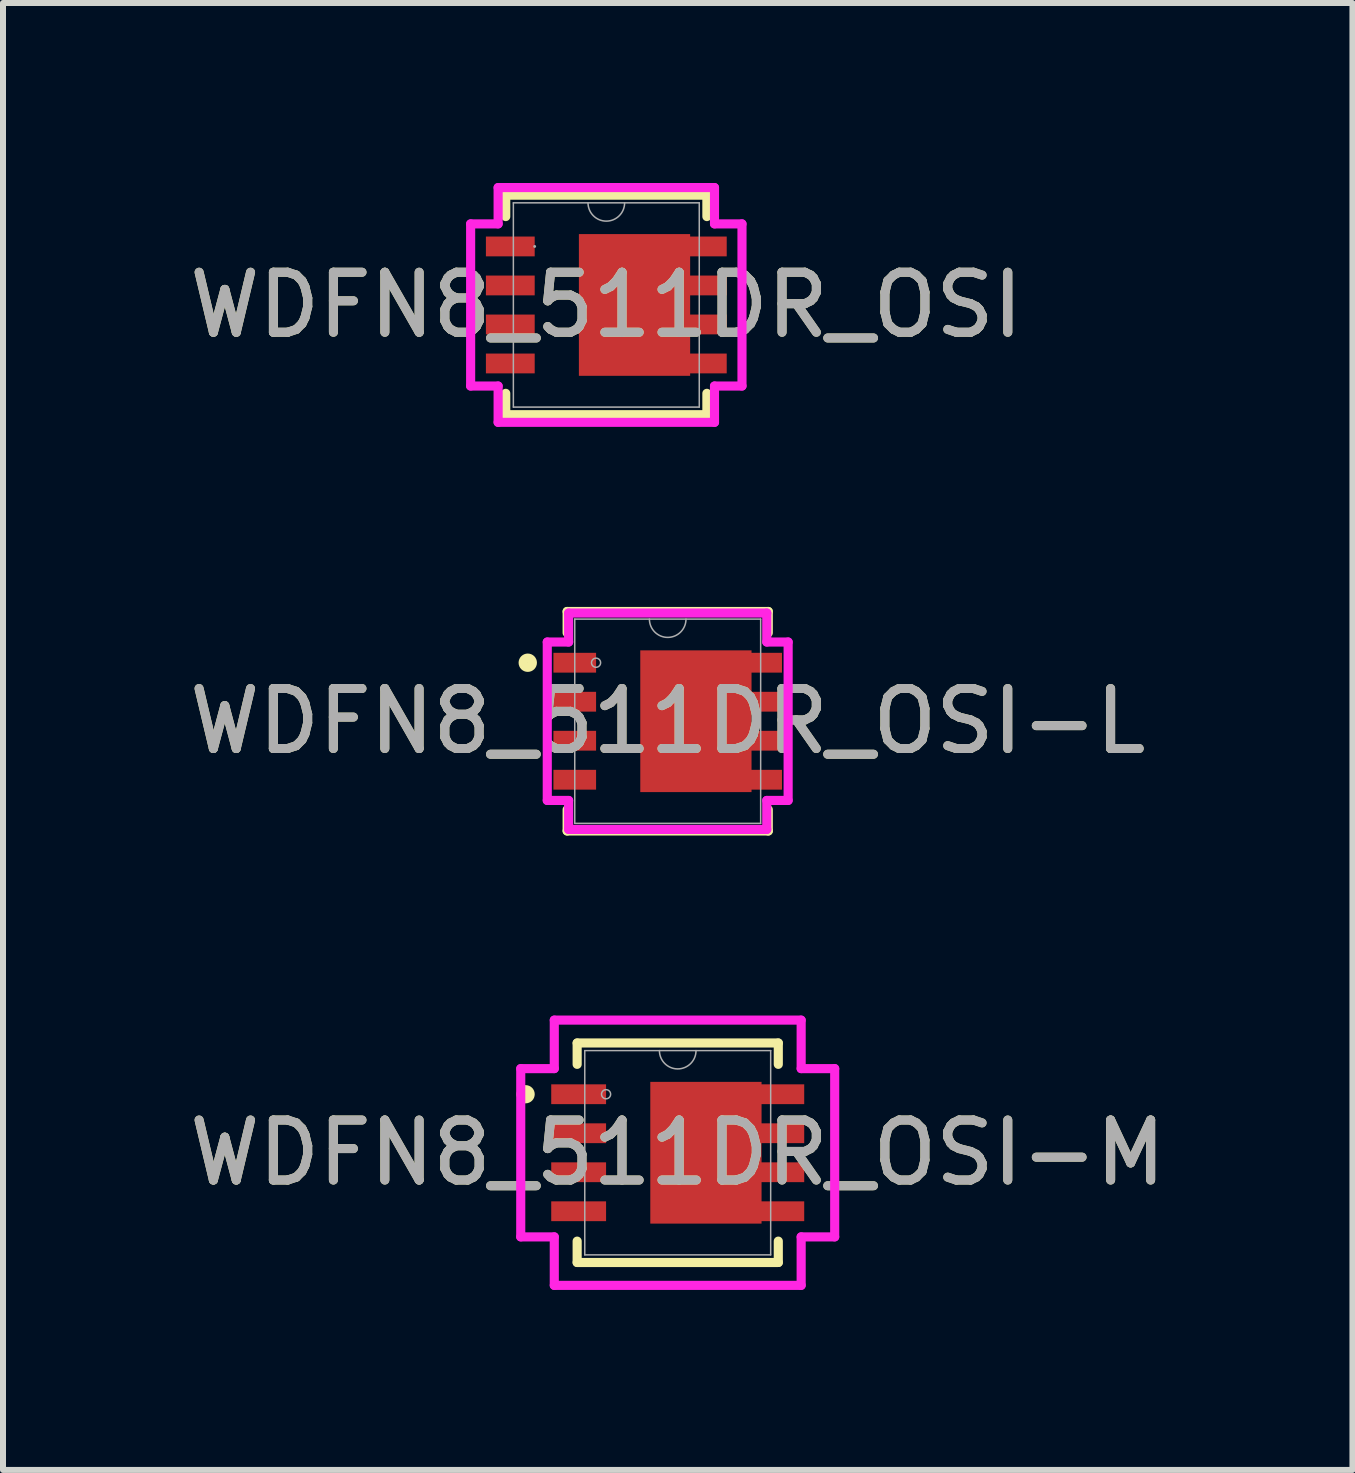
<source format=kicad_pcb>
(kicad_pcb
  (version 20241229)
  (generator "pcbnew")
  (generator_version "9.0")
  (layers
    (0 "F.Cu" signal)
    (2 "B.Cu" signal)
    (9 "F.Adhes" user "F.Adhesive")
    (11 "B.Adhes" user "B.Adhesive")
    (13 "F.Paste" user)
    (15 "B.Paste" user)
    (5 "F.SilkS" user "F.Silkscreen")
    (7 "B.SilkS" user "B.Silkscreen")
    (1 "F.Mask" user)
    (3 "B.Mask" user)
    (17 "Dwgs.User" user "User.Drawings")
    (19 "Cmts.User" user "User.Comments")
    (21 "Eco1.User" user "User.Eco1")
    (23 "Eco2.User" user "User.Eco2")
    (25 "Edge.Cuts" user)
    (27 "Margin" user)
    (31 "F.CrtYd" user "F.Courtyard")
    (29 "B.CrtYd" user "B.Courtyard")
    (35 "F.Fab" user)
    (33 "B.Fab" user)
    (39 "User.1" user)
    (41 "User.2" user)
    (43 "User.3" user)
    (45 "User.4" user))
  (footprint "WDFN8_511DR_OSI-L"
    (layer "F.Cu")
    (at 8.077 8.969)
    (property "Reference" "WDFN8_511DR_OSI-L" (at 0 0 0) (unlocked yes) (layer "F.SilkS") (effects (font (size 1 1) (thickness 0.15))))
    (attr smd)
    (fp_poly (pts (xy 1.397 -1.181) (xy -0.457 -1.181) (xy -0.457 1.181) (xy 1.397 1.181)) (stroke (width 0) (type solid)) (fill yes) (layer "F.Cu"))
    (fp_poly (pts (xy 1.397 -1.181) (xy -0.457 -1.181) (xy -0.457 1.181) (xy 1.397 1.181)) (stroke (width 0) (type solid)) (fill yes) (layer "F.Mask"))
    (fp_line (start -1.676 -1.829) (end -1.676 -1.473) (stroke (width 0.152) (type solid)) (layer "F.SilkS"))
    (fp_line (start -1.676 1.473) (end -1.676 1.829) (stroke (width 0.152) (type solid)) (layer "F.SilkS"))
    (fp_line (start -1.676 1.829) (end 1.676 1.829) (stroke (width 0.152) (type solid)) (layer "F.SilkS"))
    (fp_line (start 1.676 -1.829) (end -1.676 -1.829) (stroke (width 0.152) (type solid)) (layer "F.SilkS"))
    (fp_line (start 1.676 -1.473) (end 1.676 -1.829) (stroke (width 0.152) (type solid)) (layer "F.SilkS"))
    (fp_line (start 1.676 1.829) (end 1.676 1.473) (stroke (width 0.152) (type solid)) (layer "F.SilkS"))
    (fp_circle (center -2.332 -0.975) (end -2.255 -0.975) (stroke (width 0.152) (type solid)) (fill no) (layer "F.SilkS"))
    (fp_poly (pts (xy 1.397 -1.181) (xy -0.457 -1.181) (xy -0.457 1.181) (xy 1.397 1.181)) (stroke (width 0) (type solid)) (fill yes) (layer "F.Paste"))
    (fp_line (start -2.007 -1.32) (end -1.651 -1.32) (stroke (width 0.152) (type solid)) (layer "F.CrtYd"))
    (fp_line (start -2.007 1.32) (end -2.007 -1.32) (stroke (width 0.152) (type solid)) (layer "F.CrtYd"))
    (fp_line (start -2.007 1.32) (end -1.651 1.32) (stroke (width 0.152) (type solid)) (layer "F.CrtYd"))
    (fp_line (start -1.651 -1.803) (end 1.651 -1.803) (stroke (width 0.152) (type solid)) (layer "F.CrtYd"))
    (fp_line (start -1.651 -1.32) (end -1.651 -1.803) (stroke (width 0.152) (type solid)) (layer "F.CrtYd"))
    (fp_line (start -1.651 1.803) (end -1.651 1.32) (stroke (width 0.152) (type solid)) (layer "F.CrtYd"))
    (fp_line (start 1.651 -1.803) (end 1.651 -1.32) (stroke (width 0.152) (type solid)) (layer "F.CrtYd"))
    (fp_line (start 1.651 1.32) (end 1.651 1.803) (stroke (width 0.152) (type solid)) (layer "F.CrtYd"))
    (fp_line (start 1.651 1.803) (end -1.651 1.803) (stroke (width 0.152) (type solid)) (layer "F.CrtYd"))
    (fp_line (start 2.007 -1.32) (end 1.651 -1.32) (stroke (width 0.152) (type solid)) (layer "F.CrtYd"))
    (fp_line (start 2.007 -1.32) (end 2.007 1.32) (stroke (width 0.152) (type solid)) (layer "F.CrtYd"))
    (fp_line (start 2.007 1.32) (end 1.651 1.32) (stroke (width 0.152) (type solid)) (layer "F.CrtYd"))
    (fp_line (start -1.549 -1.702) (end -1.549 1.702) (stroke (width 0.025) (type solid)) (layer "F.Fab"))
    (fp_line (start -1.549 1.702) (end 1.549 1.702) (stroke (width 0.025) (type solid)) (layer "F.Fab"))
    (fp_line (start 1.549 -1.702) (end -1.549 -1.702) (stroke (width 0.025) (type solid)) (layer "F.Fab"))
    (fp_line (start 1.549 1.702) (end 1.549 -1.702) (stroke (width 0.025) (type solid)) (layer "F.Fab"))
    (fp_arc (start 0.3048 -1.7018) (mid 0 -1.397) (end -0.3048 -1.7018) (stroke (width 0.0254) (type solid)) (layer "F.Fab"))
    (fp_circle (center -1.194 -0.975) (end -1.118 -0.975) (stroke (width 0.025) (type solid)) (fill no) (layer "F.Fab"))
    (fp_text user "${REFERENCE}" (at 0 0 0) (unlocked yes) (layer "F.Fab") (effects (font (size 1 1) (thickness 0.15))))
    (pad "1" smd rect (at -1.549 -0.975) (size 0.711 0.33) (layers "F.Cu" "F.Mask" "F.Paste"))
    (pad "2" smd rect (at -1.549 -0.325) (size 0.711 0.33) (layers "F.Cu" "F.Mask" "F.Paste"))
    (pad "3" smd rect (at -1.549 0.325) (size 0.711 0.33) (layers "F.Cu" "F.Mask" "F.Paste"))
    (pad "4" smd rect (at -1.549 0.975) (size 0.711 0.33) (layers "F.Cu" "F.Mask" "F.Paste"))
    (pad "5" smd rect (at 1.549 0.975) (size 0.711 0.33) (layers "F.Cu" "F.Mask" "F.Paste"))
    (pad "6" smd rect (at 1.549 0.325) (size 0.711 0.33) (layers "F.Cu" "F.Mask" "F.Paste"))
    (pad "7" smd rect (at 1.549 -0.325) (size 0.711 0.33) (layers "F.Cu" "F.Mask" "F.Paste"))
    (pad "8" smd rect (at 1.549 -0.975) (size 0.711 0.33) (layers "F.Cu" "F.Mask" "F.Paste")))
  (footprint "WDFN8_511DR_OSI"
    (layer "F.Cu")
    (at 7.054 2.032)
    (property "Reference" "WDFN8_511DR_OSI" (at 0 0 0) (unlocked yes) (layer "F.SilkS") (effects (font (size 1 1) (thickness 0.15))))
    (attr smd)
    (fp_poly (pts (xy 1.397 -1.181) (xy -0.457 -1.181) (xy -0.457 1.181) (xy 1.397 1.181)) (stroke (width 0) (type solid)) (fill yes) (layer "F.Cu"))
    (fp_poly (pts (xy 1.397 -1.181) (xy -0.457 -1.181) (xy -0.457 1.181) (xy 1.397 1.181)) (stroke (width 0) (type solid)) (fill yes) (layer "F.Mask"))
    (fp_line (start -1.676 -1.829) (end -1.676 -1.473) (stroke (width 0.152) (type solid)) (layer "F.SilkS"))
    (fp_line (start -1.676 1.473) (end -1.676 1.829) (stroke (width 0.152) (type solid)) (layer "F.SilkS"))
    (fp_line (start -1.676 1.829) (end 1.676 1.829) (stroke (width 0.152) (type solid)) (layer "F.SilkS"))
    (fp_line (start 1.676 -1.829) (end -1.676 -1.829) (stroke (width 0.152) (type solid)) (layer "F.SilkS"))
    (fp_line (start 1.676 -1.473) (end 1.676 -1.829) (stroke (width 0.152) (type solid)) (layer "F.SilkS"))
    (fp_line (start 1.676 1.829) (end 1.676 1.473) (stroke (width 0.152) (type solid)) (layer "F.SilkS"))
    (fp_poly (pts (xy 1.397 -1.181) (xy -0.457 -1.181) (xy -0.457 1.181) (xy 1.397 1.181)) (stroke (width 0) (type solid)) (fill yes) (layer "F.Paste"))
    (fp_line (start -2.261 -1.351) (end -1.803 -1.351) (stroke (width 0.152) (type solid)) (layer "F.CrtYd"))
    (fp_line (start -2.261 1.351) (end -2.261 -1.351) (stroke (width 0.152) (type solid)) (layer "F.CrtYd"))
    (fp_line (start -2.261 1.351) (end -1.803 1.351) (stroke (width 0.152) (type solid)) (layer "F.CrtYd"))
    (fp_line (start -1.803 -1.956) (end 1.803 -1.956) (stroke (width 0.152) (type solid)) (layer "F.CrtYd"))
    (fp_line (start -1.803 -1.351) (end -1.803 -1.956) (stroke (width 0.152) (type solid)) (layer "F.CrtYd"))
    (fp_line (start -1.803 1.956) (end -1.803 1.351) (stroke (width 0.152) (type solid)) (layer "F.CrtYd"))
    (fp_line (start 1.803 -1.956) (end 1.803 -1.351) (stroke (width 0.152) (type solid)) (layer "F.CrtYd"))
    (fp_line (start 1.803 1.351) (end 1.803 1.956) (stroke (width 0.152) (type solid)) (layer "F.CrtYd"))
    (fp_line (start 1.803 1.956) (end -1.803 1.956) (stroke (width 0.152) (type solid)) (layer "F.CrtYd"))
    (fp_line (start 2.261 -1.351) (end 1.803 -1.351) (stroke (width 0.152) (type solid)) (layer "F.CrtYd"))
    (fp_line (start 2.261 -1.351) (end 2.261 1.351) (stroke (width 0.152) (type solid)) (layer "F.CrtYd"))
    (fp_line (start 2.261 1.351) (end 1.803 1.351) (stroke (width 0.152) (type solid)) (layer "F.CrtYd"))
    (fp_line (start -1.549 -1.702) (end -1.549 1.702) (stroke (width 0.025) (type solid)) (layer "F.Fab"))
    (fp_line (start -1.549 1.702) (end 1.549 1.702) (stroke (width 0.025) (type solid)) (layer "F.Fab"))
    (fp_line (start 1.549 -1.702) (end -1.549 -1.702) (stroke (width 0.025) (type solid)) (layer "F.Fab"))
    (fp_line (start 1.549 1.702) (end 1.549 -1.702) (stroke (width 0.025) (type solid)) (layer "F.Fab"))
    (fp_arc (start 0.3048 -1.7018) (mid 0 -1.397) (end -0.3048 -1.7018) (stroke (width 0.0254) (type solid)) (layer "F.Fab"))
    (fp_circle (center -1.194 -0.975) (end -1.194 -0.975) (stroke (width 0.025) (type solid)) (fill no) (layer "F.Fab"))
    (fp_text user "${REFERENCE}" (at 0 0 0) (unlocked yes) (layer "F.Fab") (effects (font (size 1 1) (thickness 0.15))))
    (pad "1" smd rect (at -1.6 -0.975) (size 0.813 0.33) (layers "F.Cu" "F.Mask" "F.Paste"))
    (pad "2" smd rect (at -1.6 -0.325) (size 0.813 0.33) (layers "F.Cu" "F.Mask" "F.Paste"))
    (pad "3" smd rect (at -1.6 0.325) (size 0.813 0.33) (layers "F.Cu" "F.Mask" "F.Paste"))
    (pad "4" smd rect (at -1.6 0.975) (size 0.813 0.33) (layers "F.Cu" "F.Mask" "F.Paste"))
    (pad "5" smd rect (at 1.6 0.975) (size 0.813 0.33) (layers "F.Cu" "F.Mask" "F.Paste"))
    (pad "6" smd rect (at 1.6 0.325) (size 0.813 0.33) (layers "F.Cu" "F.Mask" "F.Paste"))
    (pad "7" smd rect (at 1.6 -0.325) (size 0.813 0.33) (layers "F.Cu" "F.Mask" "F.Paste"))
    (pad "8" smd rect (at 1.6 -0.975) (size 0.813 0.33) (layers "F.Cu" "F.Mask" "F.Paste")))
  (footprint "WDFN8_511DR_OSI-M"
    (layer "F.Cu")
    (at 8.244 16.16)
    (property "Reference" "WDFN8_511DR_OSI-M" (at 0 0 0) (unlocked yes) (layer "F.SilkS") (effects (font (size 1 1) (thickness 0.15))))
    (attr smd)
    (fp_poly (pts (xy 1.397 -1.181) (xy -0.457 -1.181) (xy -0.457 1.181) (xy 1.397 1.181)) (stroke (width 0) (type solid)) (fill yes) (layer "F.Cu"))
    (fp_poly (pts (xy 1.397 -1.181) (xy -0.457 -1.181) (xy -0.457 1.181) (xy 1.397 1.181)) (stroke (width 0) (type solid)) (fill yes) (layer "F.Mask"))
    (fp_line (start -1.676 -1.829) (end -1.676 -1.473) (stroke (width 0.152) (type solid)) (layer "F.SilkS"))
    (fp_line (start -1.676 1.473) (end -1.676 1.829) (stroke (width 0.152) (type solid)) (layer "F.SilkS"))
    (fp_line (start -1.676 1.829) (end 1.676 1.829) (stroke (width 0.152) (type solid)) (layer "F.SilkS"))
    (fp_line (start 1.676 -1.829) (end -1.676 -1.829) (stroke (width 0.152) (type solid)) (layer "F.SilkS"))
    (fp_line (start 1.676 -1.473) (end 1.676 -1.829) (stroke (width 0.152) (type solid)) (layer "F.SilkS"))
    (fp_line (start 1.676 1.829) (end 1.676 1.473) (stroke (width 0.152) (type solid)) (layer "F.SilkS"))
    (fp_circle (center -2.535 -0.975) (end -2.459 -0.975) (stroke (width 0.152) (type solid)) (fill no) (layer "F.SilkS"))
    (fp_poly (pts (xy 1.397 -1.181) (xy -0.457 -1.181) (xy -0.457 1.181) (xy 1.397 1.181)) (stroke (width 0) (type solid)) (fill yes) (layer "F.Paste"))
    (fp_line (start -2.616 -1.402) (end -2.057 -1.402) (stroke (width 0.152) (type solid)) (layer "F.CrtYd"))
    (fp_line (start -2.616 1.402) (end -2.616 -1.402) (stroke (width 0.152) (type solid)) (layer "F.CrtYd"))
    (fp_line (start -2.616 1.402) (end -2.057 1.402) (stroke (width 0.152) (type solid)) (layer "F.CrtYd"))
    (fp_line (start -2.057 -2.21) (end 2.057 -2.21) (stroke (width 0.152) (type solid)) (layer "F.CrtYd"))
    (fp_line (start -2.057 -1.402) (end -2.057 -2.21) (stroke (width 0.152) (type solid)) (layer "F.CrtYd"))
    (fp_line (start -2.057 2.21) (end -2.057 1.402) (stroke (width 0.152) (type solid)) (layer "F.CrtYd"))
    (fp_line (start 2.057 -2.21) (end 2.057 -1.402) (stroke (width 0.152) (type solid)) (layer "F.CrtYd"))
    (fp_line (start 2.057 1.402) (end 2.057 2.21) (stroke (width 0.152) (type solid)) (layer "F.CrtYd"))
    (fp_line (start 2.057 2.21) (end -2.057 2.21) (stroke (width 0.152) (type solid)) (layer "F.CrtYd"))
    (fp_line (start 2.616 -1.402) (end 2.057 -1.402) (stroke (width 0.152) (type solid)) (layer "F.CrtYd"))
    (fp_line (start 2.616 -1.402) (end 2.616 1.402) (stroke (width 0.152) (type solid)) (layer "F.CrtYd"))
    (fp_line (start 2.616 1.402) (end 2.057 1.402) (stroke (width 0.152) (type solid)) (layer "F.CrtYd"))
    (fp_line (start -1.549 -1.702) (end -1.549 1.702) (stroke (width 0.025) (type solid)) (layer "F.Fab"))
    (fp_line (start -1.549 1.702) (end 1.549 1.702) (stroke (width 0.025) (type solid)) (layer "F.Fab"))
    (fp_line (start 1.549 -1.702) (end -1.549 -1.702) (stroke (width 0.025) (type solid)) (layer "F.Fab"))
    (fp_line (start 1.549 1.702) (end 1.549 -1.702) (stroke (width 0.025) (type solid)) (layer "F.Fab"))
    (fp_arc (start 0.3048 -1.7018) (mid 0 -1.397) (end -0.3048 -1.7018) (stroke (width 0.0254) (type solid)) (layer "F.Fab"))
    (fp_circle (center -1.194 -0.975) (end -1.118 -0.975) (stroke (width 0.025) (type solid)) (fill no) (layer "F.Fab"))
    (fp_text user "${REFERENCE}" (at 0 0 0) (unlocked yes) (layer "F.Fab") (effects (font (size 1 1) (thickness 0.15))))
    (pad "1" smd rect (at -1.651 -0.975) (size 0.914 0.33) (layers "F.Cu" "F.Mask" "F.Paste"))
    (pad "2" smd rect (at -1.651 -0.325) (size 0.914 0.33) (layers "F.Cu" "F.Mask" "F.Paste"))
    (pad "3" smd rect (at -1.651 0.325) (size 0.914 0.33) (layers "F.Cu" "F.Mask" "F.Paste"))
    (pad "4" smd rect (at -1.651 0.975) (size 0.914 0.33) (layers "F.Cu" "F.Mask" "F.Paste"))
    (pad "5" smd rect (at 1.651 0.975) (size 0.914 0.33) (layers "F.Cu" "F.Mask" "F.Paste"))
    (pad "6" smd rect (at 1.651 0.325) (size 0.914 0.33) (layers "F.Cu" "F.Mask" "F.Paste"))
    (pad "7" smd rect (at 1.651 -0.325) (size 0.914 0.33) (layers "F.Cu" "F.Mask" "F.Paste"))
    (pad "8" smd rect (at 1.651 -0.975) (size 0.914 0.33) (layers "F.Cu" "F.Mask" "F.Paste")))
  (gr_rect
    (start -3 -3)
    (end 19.488 21.446)
    (stroke (width 0.1) (type default))
    (fill no)
    (layer "Edge.Cuts")))
</source>
